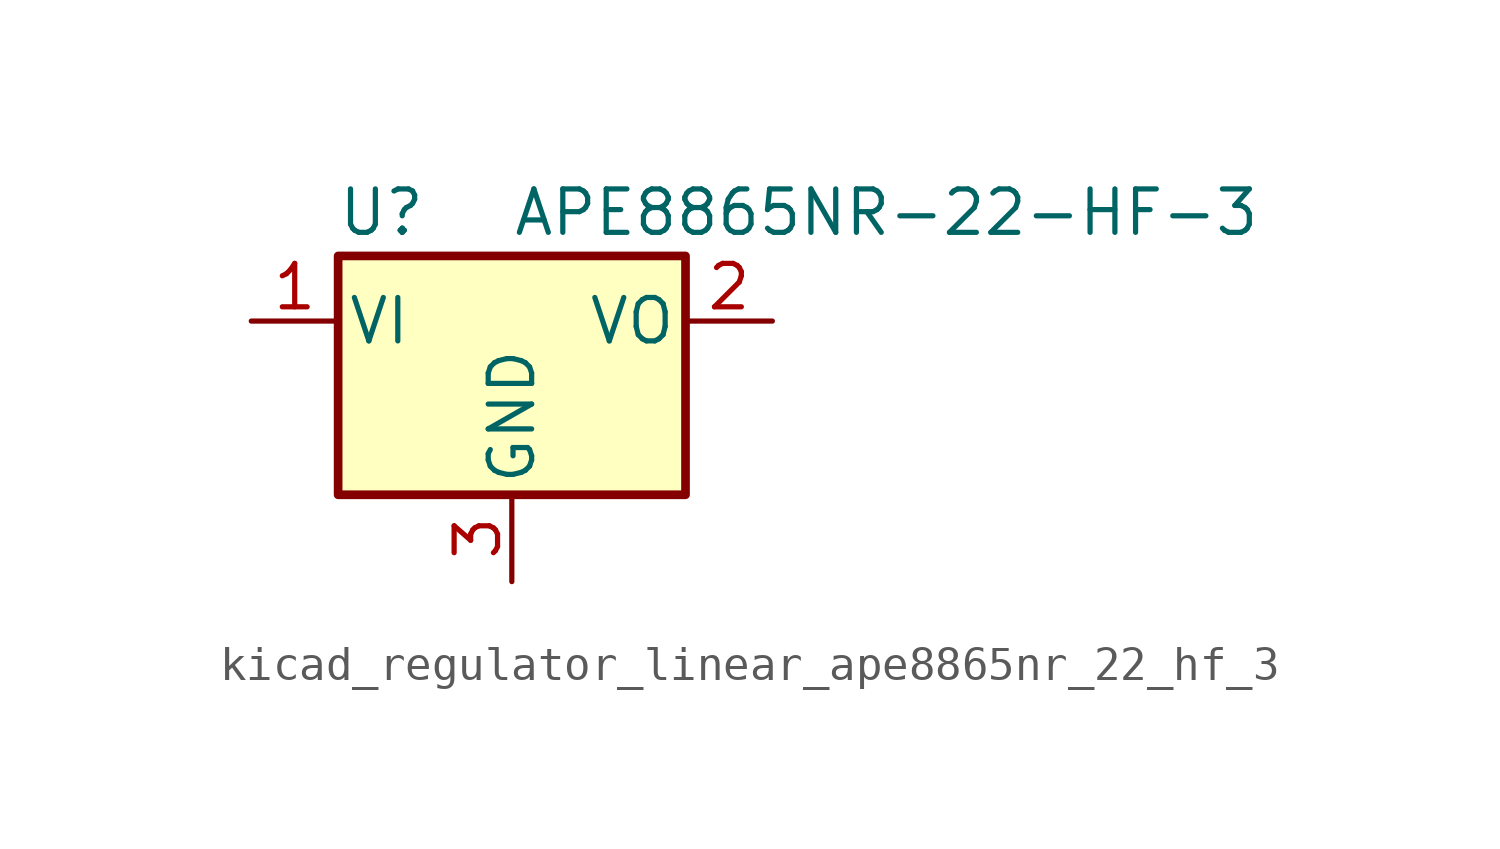
<source format=kicad_sym>
(kicad_symbol_lib
  (version 20220914)
  (generator kicad_symbol_editor)
  (symbol "kicad_regulator_linear_ape8865nr_22_hf_3"
    (pin_names
      (offset 0.254))
    (property "Reference" "U"
      (at -3.81 3.175 0)
      (effects (font (size 1.27 1.27))))
    (property "Value" "APE8865NR-22-HF-3"
      (at 0 3.175 0)
      (effects (font (size 1.27 1.27)) (justify left)))
    (symbol "kicad_regulator_linear_ape8865nr_22_hf_3_0_1"
      (rectangle (start -5.08 1.905) (end 5.08 -5.08) (stroke (width 0.254) (type default)) (fill (type background))))
    (symbol "kicad_regulator_linear_ape8865nr_22_hf_3_1_1"
      (pin power_in line (at -7.62 0 0) (length 2.54) (name "VI" (effects (font (size 1.27 1.27)))) (number "1" (effects (font (size 1.27 1.27)))))
      (pin power_out line (at 7.62 0 180) (length 2.54) (name "VO" (effects (font (size 1.27 1.27)))) (number "2" (effects (font (size 1.27 1.27)))))
      (pin power_in line (at 0 -7.62 90) (length 2.54) (name "GND" (effects (font (size 1.27 1.27)))) (number "3" (effects (font (size 1.27 1.27))))))))
</source>
